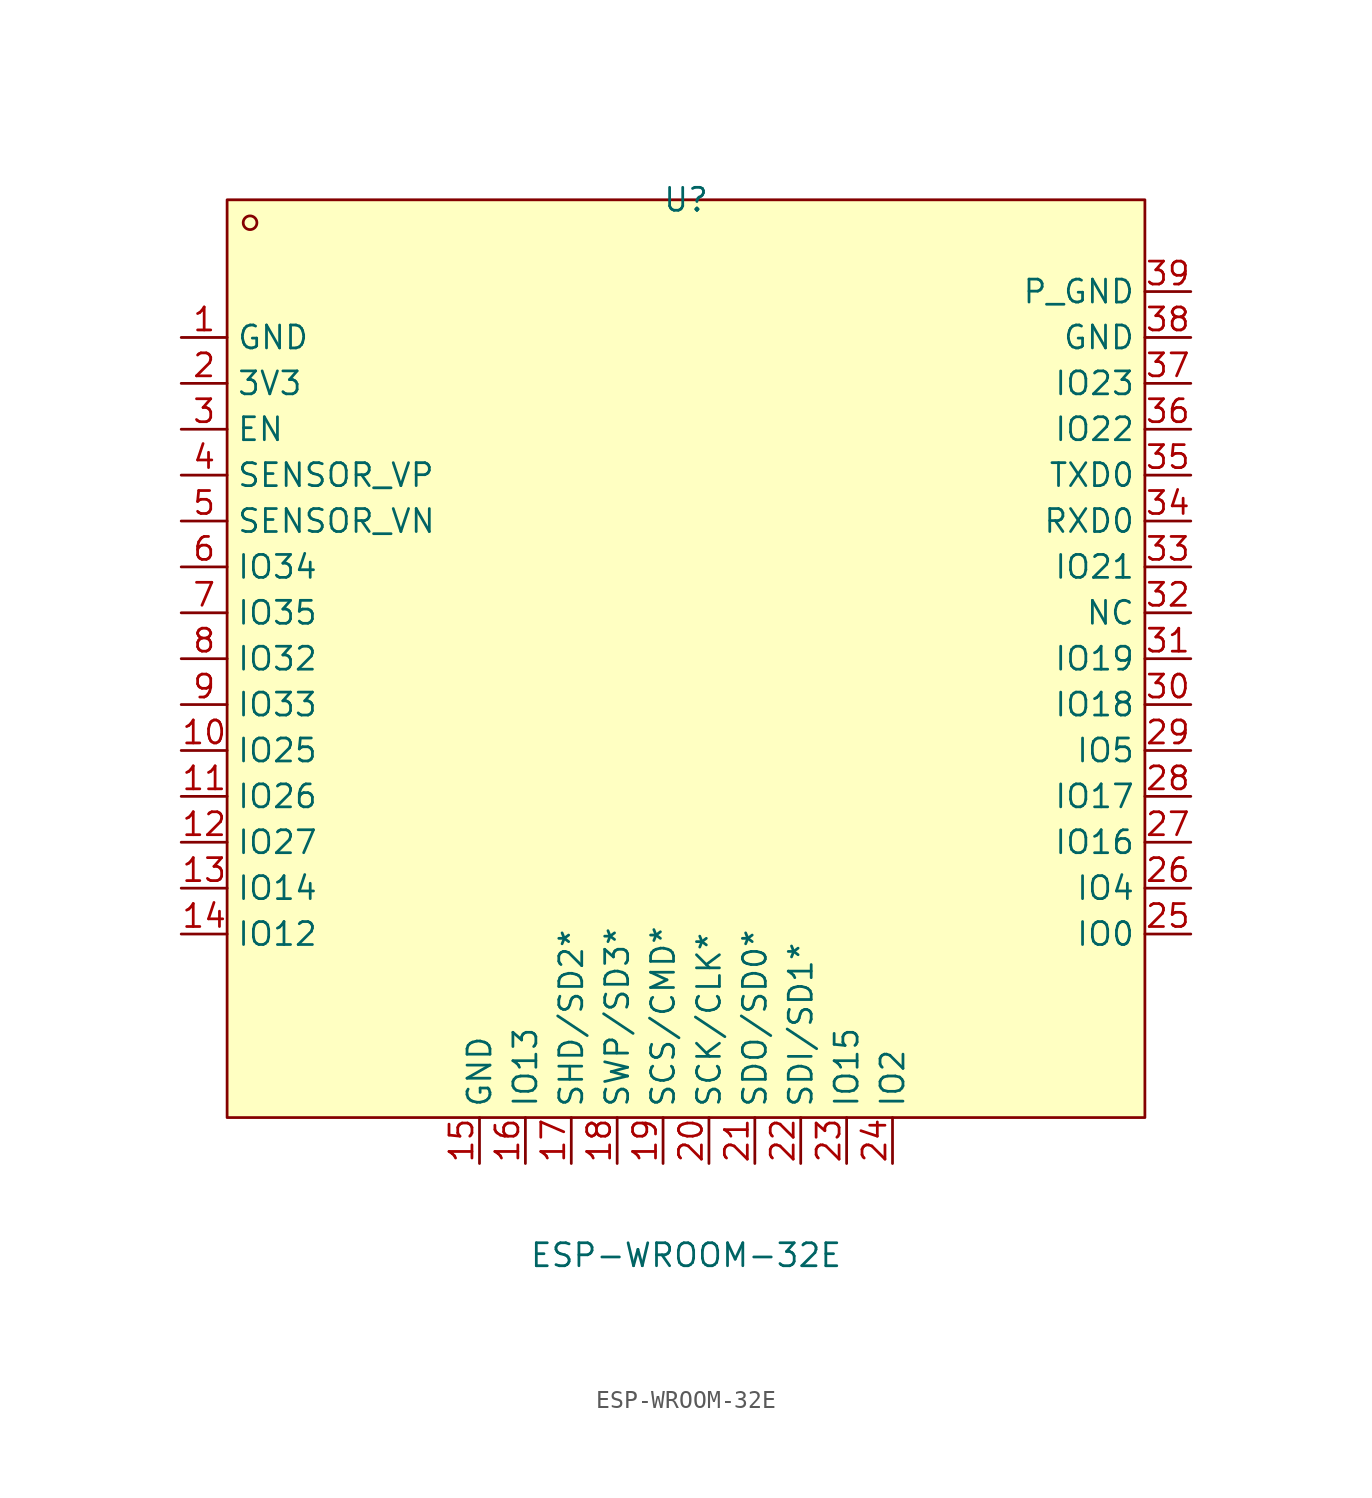
<source format=kicad_sym>
(kicad_symbol_lib
  (version 20211014)
  (generator https://github.com/uPesy/easyeda2kicad.py)
  (symbol "ESP-WROOM-32E"
    (property "Reference" "U"
      (at 0 27.94 0)
      (effects (font (size 1.27 1.27))))
    (property "Value" "ESP-WROOM-32E"
      (at 0 -30.48 0)
      (effects (font (size 1.27 1.27))))
    (symbol "ESP-WROOM-32E_0_1"
      (rectangle (start -25.40 27.94) (end 25.40 -22.86) (stroke (width 0) (type default) (color 0 0 0 0)) (fill (type background)))
      (circle (center -24.13 26.67) (radius 0.38) (stroke (width 0) (type default) (color 0 0 0 0)) (fill (type none)))
      (pin unspecified line (at 27.94 22.86 180) (length 2.54) (name "P_GND" (effects (font (size 1.27 1.27)))) (number "39" (effects (font (size 1.27 1.27)))))
      (pin unspecified line (at 27.94 20.32 180) (length 2.54) (name "GND" (effects (font (size 1.27 1.27)))) (number "38" (effects (font (size 1.27 1.27)))))
      (pin unspecified line (at 27.94 17.78 180) (length 2.54) (name "IO23" (effects (font (size 1.27 1.27)))) (number "37" (effects (font (size 1.27 1.27)))))
      (pin unspecified line (at 27.94 15.24 180) (length 2.54) (name "IO22" (effects (font (size 1.27 1.27)))) (number "36" (effects (font (size 1.27 1.27)))))
      (pin unspecified line (at 27.94 12.70 180) (length 2.54) (name "TXD0" (effects (font (size 1.27 1.27)))) (number "35" (effects (font (size 1.27 1.27)))))
      (pin unspecified line (at 27.94 10.16 180) (length 2.54) (name "RXD0" (effects (font (size 1.27 1.27)))) (number "34" (effects (font (size 1.27 1.27)))))
      (pin unspecified line (at 27.94 7.62 180) (length 2.54) (name "IO21" (effects (font (size 1.27 1.27)))) (number "33" (effects (font (size 1.27 1.27)))))
      (pin unspecified line (at 27.94 5.08 180) (length 2.54) (name "NC" (effects (font (size 1.27 1.27)))) (number "32" (effects (font (size 1.27 1.27)))))
      (pin unspecified line (at 27.94 2.54 180) (length 2.54) (name "IO19" (effects (font (size 1.27 1.27)))) (number "31" (effects (font (size 1.27 1.27)))))
      (pin unspecified line (at 27.94 -0.00 180) (length 2.54) (name "IO18" (effects (font (size 1.27 1.27)))) (number "30" (effects (font (size 1.27 1.27)))))
      (pin unspecified line (at 27.94 -2.54 180) (length 2.54) (name "IO5" (effects (font (size 1.27 1.27)))) (number "29" (effects (font (size 1.27 1.27)))))
      (pin unspecified line (at 27.94 -5.08 180) (length 2.54) (name "IO17" (effects (font (size 1.27 1.27)))) (number "28" (effects (font (size 1.27 1.27)))))
      (pin unspecified line (at 27.94 -7.62 180) (length 2.54) (name "IO16" (effects (font (size 1.27 1.27)))) (number "27" (effects (font (size 1.27 1.27)))))
      (pin unspecified line (at 27.94 -10.16 180) (length 2.54) (name "IO4" (effects (font (size 1.27 1.27)))) (number "26" (effects (font (size 1.27 1.27)))))
      (pin unspecified line (at 27.94 -12.70 180) (length 2.54) (name "IO0" (effects (font (size 1.27 1.27)))) (number "25" (effects (font (size 1.27 1.27)))))
      (pin unspecified line (at 11.43 -25.40 90) (length 2.54) (name "IO2" (effects (font (size 1.27 1.27)))) (number "24" (effects (font (size 1.27 1.27)))))
      (pin unspecified line (at 8.89 -25.40 90) (length 2.54) (name "IO15" (effects (font (size 1.27 1.27)))) (number "23" (effects (font (size 1.27 1.27)))))
      (pin unspecified line (at 6.35 -25.40 90) (length 2.54) (name "SDI/SD1*" (effects (font (size 1.27 1.27)))) (number "22" (effects (font (size 1.27 1.27)))))
      (pin unspecified line (at 3.81 -25.40 90) (length 2.54) (name "SDO/SD0*" (effects (font (size 1.27 1.27)))) (number "21" (effects (font (size 1.27 1.27)))))
      (pin unspecified line (at 1.27 -25.40 90) (length 2.54) (name "SCK/CLK*" (effects (font (size 1.27 1.27)))) (number "20" (effects (font (size 1.27 1.27)))))
      (pin unspecified line (at -1.27 -25.40 90) (length 2.54) (name "SCS/CMD*" (effects (font (size 1.27 1.27)))) (number "19" (effects (font (size 1.27 1.27)))))
      (pin unspecified line (at -3.81 -25.40 90) (length 2.54) (name "SWP/SD3*" (effects (font (size 1.27 1.27)))) (number "18" (effects (font (size 1.27 1.27)))))
      (pin unspecified line (at -6.35 -25.40 90) (length 2.54) (name "SHD/SD2*" (effects (font (size 1.27 1.27)))) (number "17" (effects (font (size 1.27 1.27)))))
      (pin unspecified line (at -8.89 -25.40 90) (length 2.54) (name "IO13" (effects (font (size 1.27 1.27)))) (number "16" (effects (font (size 1.27 1.27)))))
      (pin unspecified line (at -11.43 -25.40 90) (length 2.54) (name "GND" (effects (font (size 1.27 1.27)))) (number "15" (effects (font (size 1.27 1.27)))))
      (pin unspecified line (at -27.94 -12.70 0) (length 2.54) (name "IO12" (effects (font (size 1.27 1.27)))) (number "14" (effects (font (size 1.27 1.27)))))
      (pin unspecified line (at -27.94 -10.16 0) (length 2.54) (name "IO14" (effects (font (size 1.27 1.27)))) (number "13" (effects (font (size 1.27 1.27)))))
      (pin unspecified line (at -27.94 -7.62 0) (length 2.54) (name "IO27" (effects (font (size 1.27 1.27)))) (number "12" (effects (font (size 1.27 1.27)))))
      (pin unspecified line (at -27.94 -5.08 0) (length 2.54) (name "IO26" (effects (font (size 1.27 1.27)))) (number "11" (effects (font (size 1.27 1.27)))))
      (pin unspecified line (at -27.94 -2.54 0) (length 2.54) (name "IO25" (effects (font (size 1.27 1.27)))) (number "10" (effects (font (size 1.27 1.27)))))
      (pin unspecified line (at -27.94 -0.00 0) (length 2.54) (name "IO33" (effects (font (size 1.27 1.27)))) (number "9" (effects (font (size 1.27 1.27)))))
      (pin unspecified line (at -27.94 2.54 0) (length 2.54) (name "IO32" (effects (font (size 1.27 1.27)))) (number "8" (effects (font (size 1.27 1.27)))))
      (pin unspecified line (at -27.94 5.08 0) (length 2.54) (name "IO35" (effects (font (size 1.27 1.27)))) (number "7" (effects (font (size 1.27 1.27)))))
      (pin unspecified line (at -27.94 7.62 0) (length 2.54) (name "IO34" (effects (font (size 1.27 1.27)))) (number "6" (effects (font (size 1.27 1.27)))))
      (pin unspecified line (at -27.94 10.16 0) (length 2.54) (name "SENSOR_VN" (effects (font (size 1.27 1.27)))) (number "5" (effects (font (size 1.27 1.27)))))
      (pin unspecified line (at -27.94 12.70 0) (length 2.54) (name "SENSOR_VP" (effects (font (size 1.27 1.27)))) (number "4" (effects (font (size 1.27 1.27)))))
      (pin unspecified line (at -27.94 15.24 0) (length 2.54) (name "EN" (effects (font (size 1.27 1.27)))) (number "3" (effects (font (size 1.27 1.27)))))
      (pin unspecified line (at -27.94 17.78 0) (length 2.54) (name "3V3" (effects (font (size 1.27 1.27)))) (number "2" (effects (font (size 1.27 1.27)))))
      (pin unspecified line (at -27.94 20.32 0) (length 2.54) (name "GND" (effects (font (size 1.27 1.27)))) (number "1" (effects (font (size 1.27 1.27))))))))
</source>
